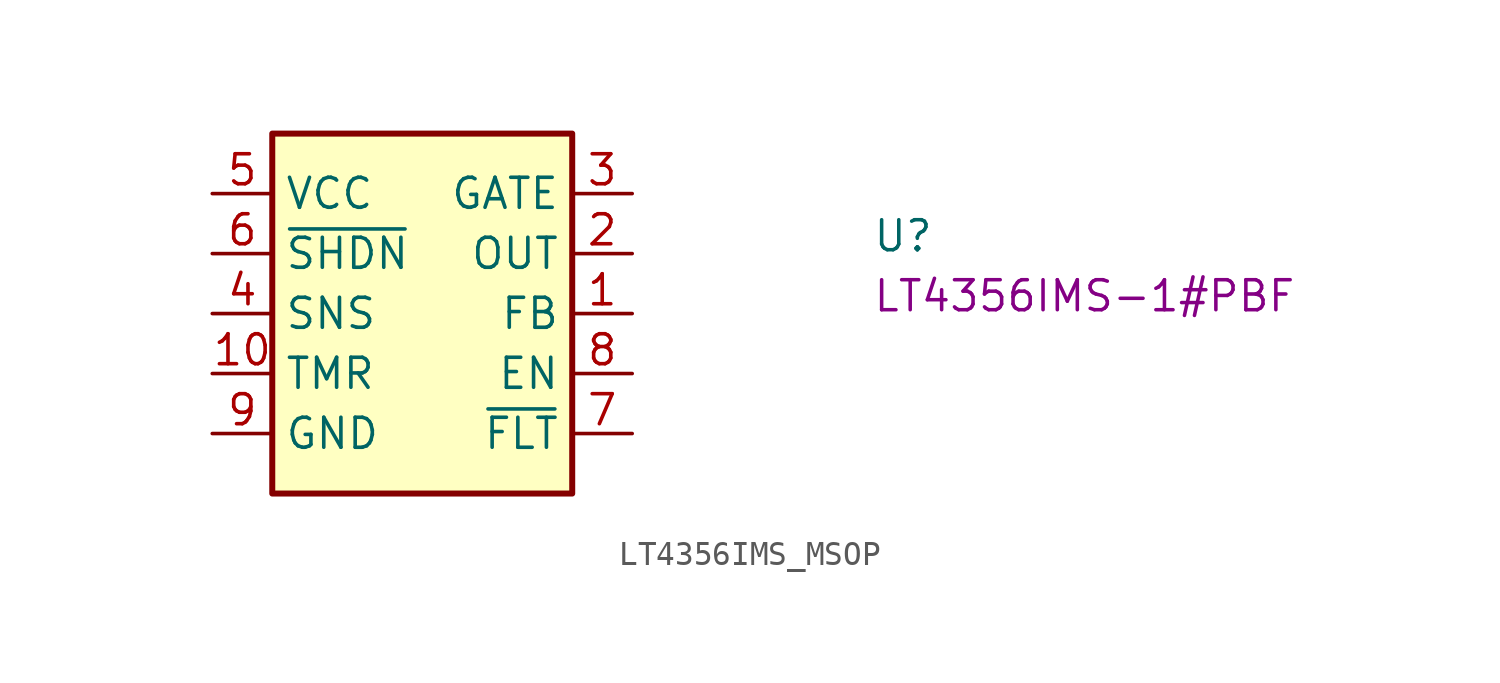
<source format=kicad_sym>
(kicad_symbol_lib
  (version 20220914)
  (generator kicad_symbol_editor)
  (symbol "LT4356IMS_MSOP"
    (property "Reference" "U"
      (at 27.94 -2.54 0)
      (effects (font (size 1.27 1.27) (thickness 0.15)) (justify left bottom)))
    (property "MPN" "LT4356IMS-1#PBF"
      (at 27.94 -5.08 0)
      (effects (font (size 1.27 1.27) (thickness 0.15)) (justify left bottom)))
    (symbol "LT4356IMS_MSOP_1_1"
      (rectangle (start 2.54 2.54) (end 15.24 -12.7) (stroke (width 0.254) (type default)) (fill (type background)))
      (pin input line (at 17.78 -5.08 180) (length 2.54) (name "FB" (effects (font (size 1.27 1.27)))) (number "1" (effects (font (size 1.27 1.27)))))
      (pin passive line (at 0 -7.62 0) (length 2.54) (name "TMR" (effects (font (size 1.27 1.27)))) (number "10" (effects (font (size 1.27 1.27)))))
      (pin output line (at 17.78 -2.54 180) (length 2.54) (name "OUT" (effects (font (size 1.27 1.27)))) (number "2" (effects (font (size 1.27 1.27)))))
      (pin input line (at 17.78 0 180) (length 2.54) (name "GATE" (effects (font (size 1.27 1.27)))) (number "3" (effects (font (size 1.27 1.27)))))
      (pin passive line (at 0 -5.08 0) (length 2.54) (name "SNS" (effects (font (size 1.27 1.27)))) (number "4" (effects (font (size 1.27 1.27)))))
      (pin power_in line (at 0 0 0) (length 2.54) (name "VCC" (effects (font (size 1.27 1.27)))) (number "5" (effects (font (size 1.27 1.27)))))
      (pin input line (at 0 -2.54 0) (length 2.54) (name "~{SHDN}" (effects (font (size 1.27 1.27)))) (number "6" (effects (font (size 1.27 1.27)))))
      (pin output line (at 17.78 -10.16 180) (length 2.54) (name "~{FLT}" (effects (font (size 1.27 1.27)))) (number "7" (effects (font (size 1.27 1.27)))))
      (pin output line (at 17.78 -7.62 180) (length 2.54) (name "EN" (effects (font (size 1.27 1.27)))) (number "8" (effects (font (size 1.27 1.27)))))
      (pin power_in line (at 0 -10.16 0) (length 2.54) (name "GND" (effects (font (size 1.27 1.27)))) (number "9" (effects (font (size 1.27 1.27))))))))
</source>
